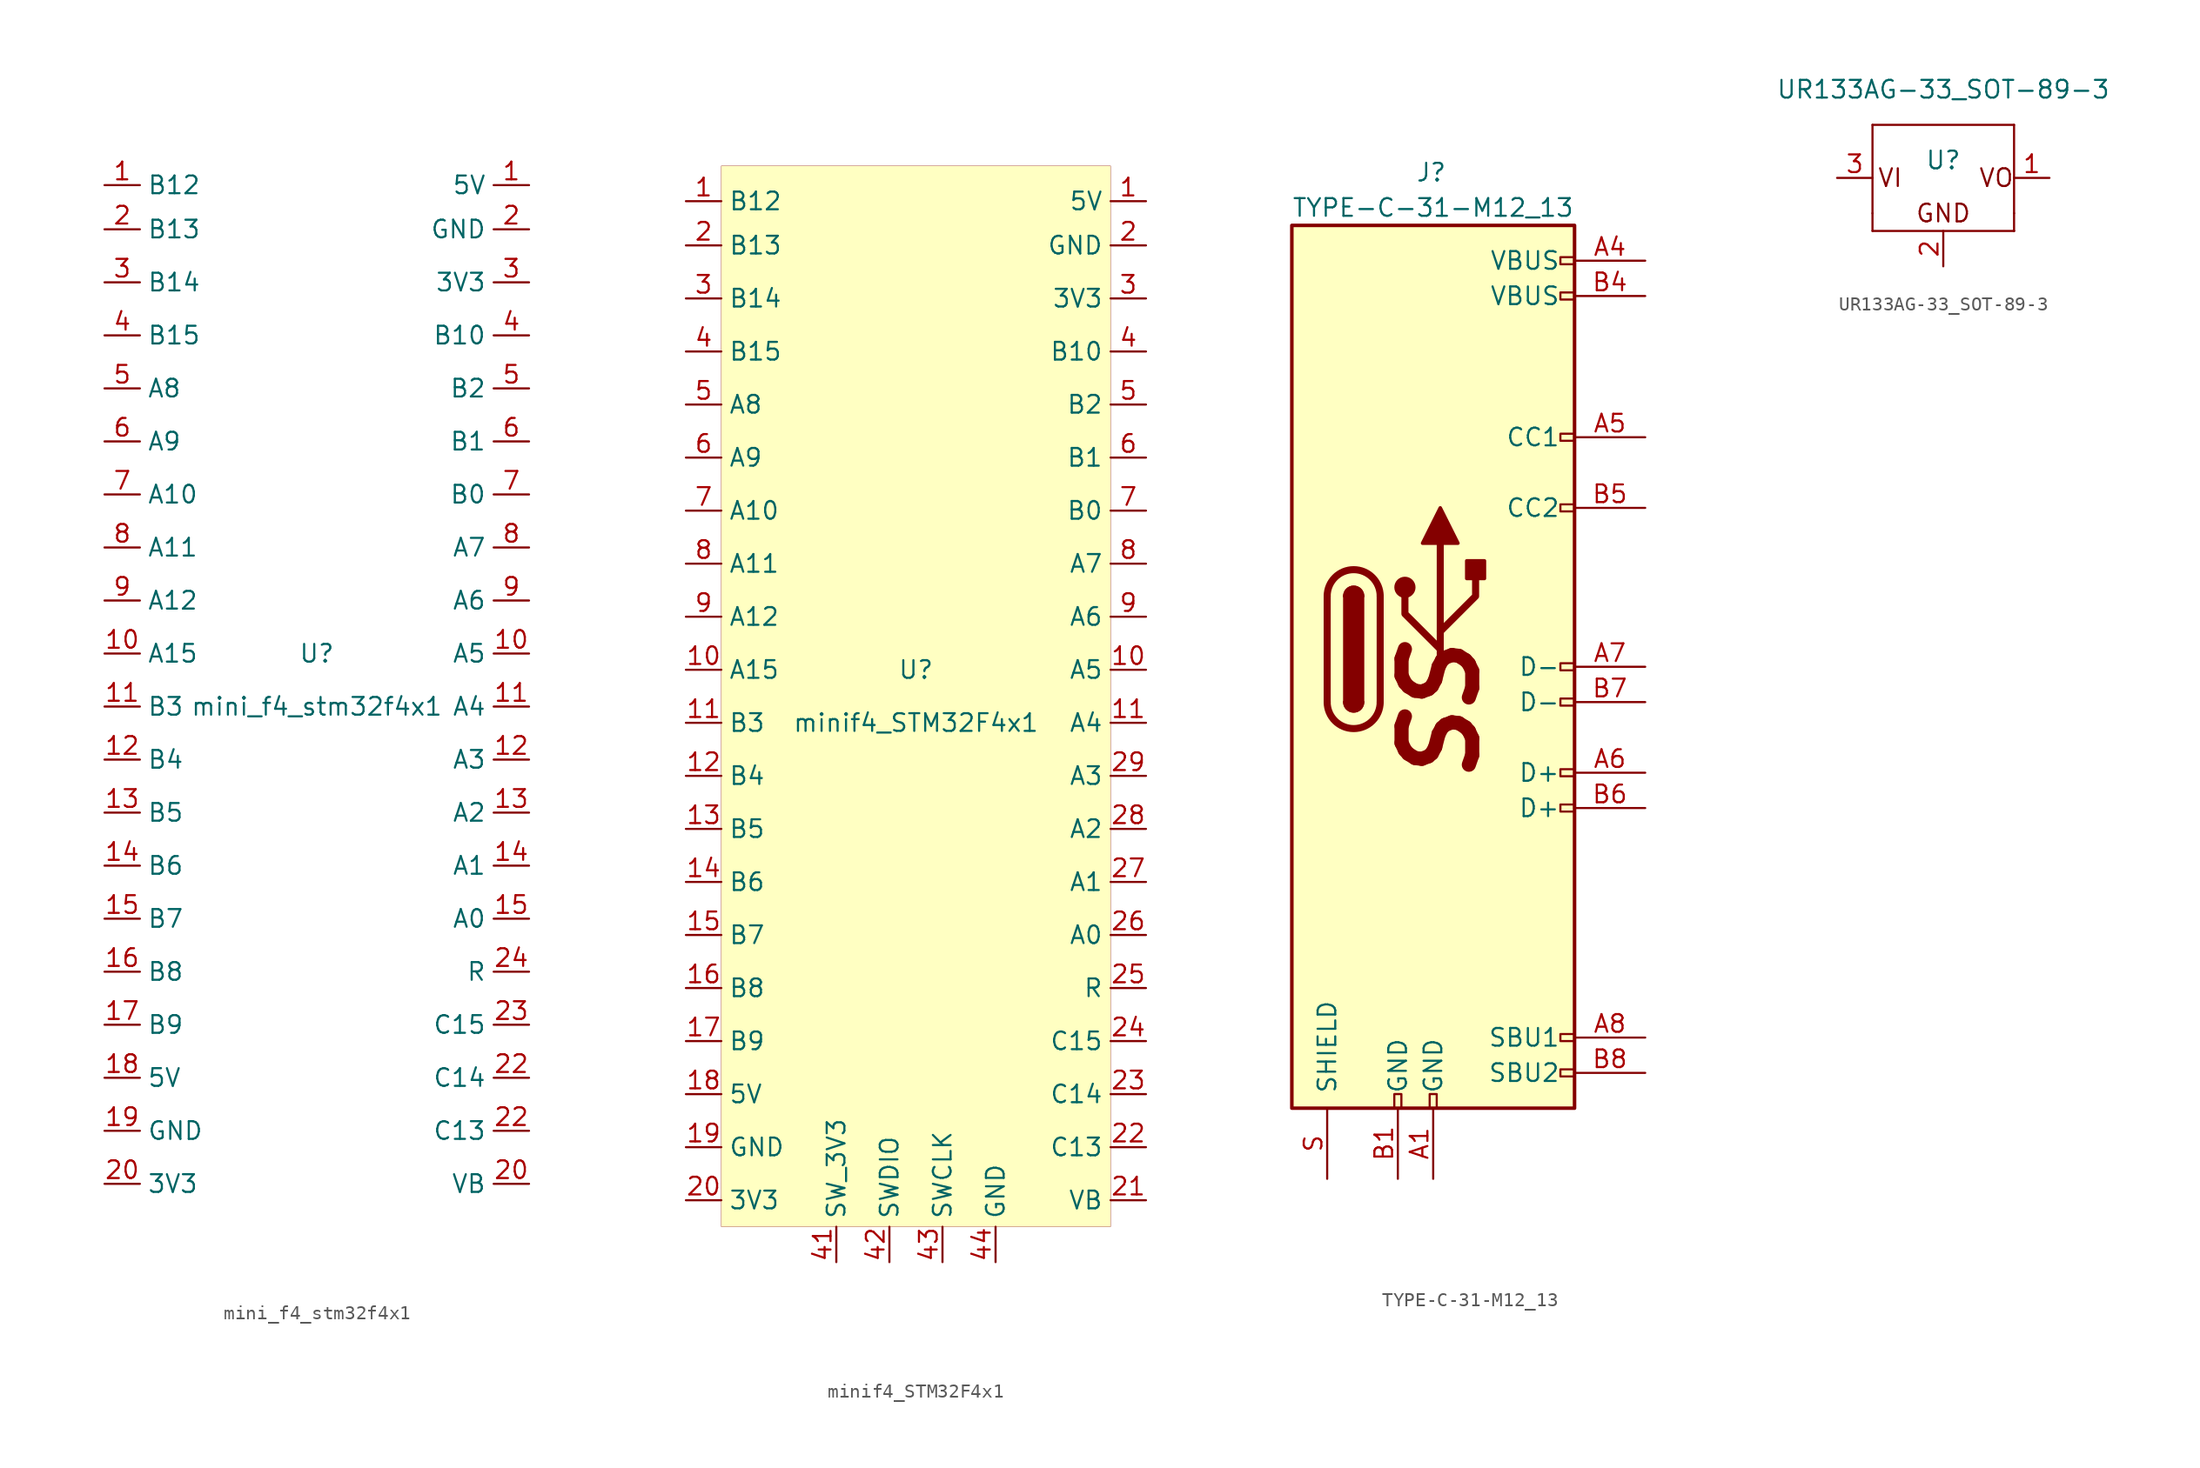
<source format=kicad_sym>
(kicad_symbol_lib
  (version 20201005)
  (generator kicad_symbol_editor)
  (symbol "acheronSymbols:mini_f4_stm32f4x1"
    (property "Reference" "U"
      (at 0 1.905 0)
      (effects (font (size 1.27 1.27))))
    (property "Value" "mini_f4_stm32f4x1"
      (at 0 -1.905 0)
      (effects (font (size 1.27 1.27))))
    (symbol "mini_f4_stm32f4x1_1_1"
      (pin power_out line (at 15.24 35.56 180) (length 2.54) (name "5V" (effects (font (size 1.27 1.27)))) (number "1" (effects (font (size 1.27 1.27)))))
      (pin unspecified line (at -15.24 35.56 0) (length 2.54) (name "B12" (effects (font (size 1.27 1.27)))) (number "1" (effects (font (size 1.27 1.27)))))
      (pin unspecified line (at -15.24 1.905 0) (length 2.54) (name "A15" (effects (font (size 1.27 1.27)))) (number "10" (effects (font (size 1.27 1.27)))))
      (pin unspecified line (at 15.24 1.905 180) (length 2.54) (name "A5" (effects (font (size 1.27 1.27)))) (number "10" (effects (font (size 1.27 1.27)))))
      (pin unspecified line (at 15.24 -1.905 180) (length 2.54) (name "A4" (effects (font (size 1.27 1.27)))) (number "11" (effects (font (size 1.27 1.27)))))
      (pin unspecified line (at -15.24 -1.905 0) (length 2.54) (name "B3" (effects (font (size 1.27 1.27)))) (number "11" (effects (font (size 1.27 1.27)))))
      (pin unspecified line (at 15.24 -5.715 180) (length 2.54) (name "A3" (effects (font (size 1.27 1.27)))) (number "12" (effects (font (size 1.27 1.27)))))
      (pin unspecified line (at -15.24 -5.715 0) (length 2.54) (name "B4" (effects (font (size 1.27 1.27)))) (number "12" (effects (font (size 1.27 1.27)))))
      (pin unspecified line (at 15.24 -9.525 180) (length 2.54) (name "A2" (effects (font (size 1.27 1.27)))) (number "13" (effects (font (size 1.27 1.27)))))
      (pin unspecified line (at -15.24 -9.525 0) (length 2.54) (name "B5" (effects (font (size 1.27 1.27)))) (number "13" (effects (font (size 1.27 1.27)))))
      (pin unspecified line (at 15.24 -13.335 180) (length 2.54) (name "A1" (effects (font (size 1.27 1.27)))) (number "14" (effects (font (size 1.27 1.27)))))
      (pin unspecified line (at -15.24 -13.335 0) (length 2.54) (name "B6" (effects (font (size 1.27 1.27)))) (number "14" (effects (font (size 1.27 1.27)))))
      (pin unspecified line (at 15.24 -17.145 180) (length 2.54) (name "A0" (effects (font (size 1.27 1.27)))) (number "15" (effects (font (size 1.27 1.27)))))
      (pin unspecified line (at -15.24 -17.145 0) (length 2.54) (name "B7" (effects (font (size 1.27 1.27)))) (number "15" (effects (font (size 1.27 1.27)))))
      (pin unspecified line (at -15.24 -20.955 0) (length 2.54) (name "B8" (effects (font (size 1.27 1.27)))) (number "16" (effects (font (size 1.27 1.27)))))
      (pin unspecified line (at -15.24 -24.765 0) (length 2.54) (name "B9" (effects (font (size 1.27 1.27)))) (number "17" (effects (font (size 1.27 1.27)))))
      (pin power_out line (at -15.24 -28.575 0) (length 2.54) (name "5V" (effects (font (size 1.27 1.27)))) (number "18" (effects (font (size 1.27 1.27)))))
      (pin power_in line (at -15.24 -32.385 0) (length 2.54) (name "GND" (effects (font (size 1.27 1.27)))) (number "19" (effects (font (size 1.27 1.27)))))
      (pin unspecified line (at -15.24 32.385 0) (length 2.54) (name "B13" (effects (font (size 1.27 1.27)))) (number "2" (effects (font (size 1.27 1.27)))))
      (pin power_in line (at 15.24 32.385 180) (length 2.54) (name "GND" (effects (font (size 1.27 1.27)))) (number "2" (effects (font (size 1.27 1.27)))))
      (pin power_out line (at -15.24 -36.195 0) (length 2.54) (name "3V3" (effects (font (size 1.27 1.27)))) (number "20" (effects (font (size 1.27 1.27)))))
      (pin power_out line (at 15.24 -36.195 180) (length 2.54) (name "VB" (effects (font (size 1.27 1.27)))) (number "20" (effects (font (size 1.27 1.27)))))
      (pin unspecified line (at 15.24 -32.385 180) (length 2.54) (name "C13" (effects (font (size 1.27 1.27)))) (number "22" (effects (font (size 1.27 1.27)))))
      (pin unspecified line (at 15.24 -28.575 180) (length 2.54) (name "C14" (effects (font (size 1.27 1.27)))) (number "22" (effects (font (size 1.27 1.27)))))
      (pin unspecified line (at 15.24 -24.765 180) (length 2.54) (name "C15" (effects (font (size 1.27 1.27)))) (number "23" (effects (font (size 1.27 1.27)))))
      (pin unspecified line (at 15.24 -20.955 180) (length 2.54) (name "R" (effects (font (size 1.27 1.27)))) (number "24" (effects (font (size 1.27 1.27)))))
      (pin power_out line (at 15.24 28.575 180) (length 2.54) (name "3V3" (effects (font (size 1.27 1.27)))) (number "3" (effects (font (size 1.27 1.27)))))
      (pin unspecified line (at -15.24 28.575 0) (length 2.54) (name "B14" (effects (font (size 1.27 1.27)))) (number "3" (effects (font (size 1.27 1.27)))))
      (pin unspecified line (at 15.24 24.765 180) (length 2.54) (name "B10" (effects (font (size 1.27 1.27)))) (number "4" (effects (font (size 1.27 1.27)))))
      (pin unspecified line (at -15.24 24.765 0) (length 2.54) (name "B15" (effects (font (size 1.27 1.27)))) (number "4" (effects (font (size 1.27 1.27)))))
      (pin unspecified line (at -15.24 20.955 0) (length 2.54) (name "A8" (effects (font (size 1.27 1.27)))) (number "5" (effects (font (size 1.27 1.27)))))
      (pin unspecified line (at 15.24 20.955 180) (length 2.54) (name "B2" (effects (font (size 1.27 1.27)))) (number "5" (effects (font (size 1.27 1.27)))))
      (pin unspecified line (at -15.24 17.145 0) (length 2.54) (name "A9" (effects (font (size 1.27 1.27)))) (number "6" (effects (font (size 1.27 1.27)))))
      (pin unspecified line (at 15.24 17.145 180) (length 2.54) (name "B1" (effects (font (size 1.27 1.27)))) (number "6" (effects (font (size 1.27 1.27)))))
      (pin unspecified line (at -15.24 13.335 0) (length 2.54) (name "A10" (effects (font (size 1.27 1.27)))) (number "7" (effects (font (size 1.27 1.27)))))
      (pin unspecified line (at 15.24 13.335 180) (length 2.54) (name "B0" (effects (font (size 1.27 1.27)))) (number "7" (effects (font (size 1.27 1.27)))))
      (pin unspecified line (at -15.24 9.525 0) (length 2.54) (name "A11" (effects (font (size 1.27 1.27)))) (number "8" (effects (font (size 1.27 1.27)))))
      (pin unspecified line (at 15.24 9.525 180) (length 2.54) (name "A7" (effects (font (size 1.27 1.27)))) (number "8" (effects (font (size 1.27 1.27)))))
      (pin unspecified line (at -15.24 5.715 0) (length 2.54) (name "A12" (effects (font (size 1.27 1.27)))) (number "9" (effects (font (size 1.27 1.27)))))
      (pin unspecified line (at 15.24 5.715 180) (length 2.54) (name "A6" (effects (font (size 1.27 1.27)))) (number "9" (effects (font (size 1.27 1.27)))))))
  (symbol "acheronSymbols:minif4_STM32F4x1"
    (property "Reference" "U"
      (at 0 1.905 0)
      (effects (font (size 1.27 1.27))))
    (property "Value" "minif4_STM32F4x1"
      (at 0 -1.905 0)
      (effects (font (size 1.27 1.27))))
    (symbol "minif4_STM32F4x1_0_1"
      (rectangle (start -13.97 38.1) (end 13.97 -38.1) (stroke (width 0.001)) (fill (type background))))
    (symbol "minif4_STM32F4x1_1_1"
      (pin power_out line (at 16.51 35.56 180) (length 2.54) (name "5V" (effects (font (size 1.27 1.27)))) (number "1" (effects (font (size 1.27 1.27)))))
      (pin unspecified line (at -16.51 35.56 0) (length 2.54) (name "B12" (effects (font (size 1.27 1.27)))) (number "1" (effects (font (size 1.27 1.27)))))
      (pin unspecified line (at -16.51 1.905 0) (length 2.54) (name "A15" (effects (font (size 1.27 1.27)))) (number "10" (effects (font (size 1.27 1.27)))))
      (pin unspecified line (at 16.51 1.905 180) (length 2.54) (name "A5" (effects (font (size 1.27 1.27)))) (number "10" (effects (font (size 1.27 1.27)))))
      (pin unspecified line (at 16.51 -1.905 180) (length 2.54) (name "A4" (effects (font (size 1.27 1.27)))) (number "11" (effects (font (size 1.27 1.27)))))
      (pin unspecified line (at -16.51 -1.905 0) (length 2.54) (name "B3" (effects (font (size 1.27 1.27)))) (number "11" (effects (font (size 1.27 1.27)))))
      (pin unspecified line (at -16.51 -5.715 0) (length 2.54) (name "B4" (effects (font (size 1.27 1.27)))) (number "12" (effects (font (size 1.27 1.27)))))
      (pin unspecified line (at -16.51 -9.525 0) (length 2.54) (name "B5" (effects (font (size 1.27 1.27)))) (number "13" (effects (font (size 1.27 1.27)))))
      (pin unspecified line (at -16.51 -13.335 0) (length 2.54) (name "B6" (effects (font (size 1.27 1.27)))) (number "14" (effects (font (size 1.27 1.27)))))
      (pin unspecified line (at -16.51 -17.145 0) (length 2.54) (name "B7" (effects (font (size 1.27 1.27)))) (number "15" (effects (font (size 1.27 1.27)))))
      (pin unspecified line (at -16.51 -20.955 0) (length 2.54) (name "B8" (effects (font (size 1.27 1.27)))) (number "16" (effects (font (size 1.27 1.27)))))
      (pin unspecified line (at -16.51 -24.765 0) (length 2.54) (name "B9" (effects (font (size 1.27 1.27)))) (number "17" (effects (font (size 1.27 1.27)))))
      (pin power_out line (at -16.51 -28.575 0) (length 2.54) (name "5V" (effects (font (size 1.27 1.27)))) (number "18" (effects (font (size 1.27 1.27)))))
      (pin power_in line (at -16.51 -32.385 0) (length 2.54) (name "GND" (effects (font (size 1.27 1.27)))) (number "19" (effects (font (size 1.27 1.27)))))
      (pin unspecified line (at -16.51 32.385 0) (length 2.54) (name "B13" (effects (font (size 1.27 1.27)))) (number "2" (effects (font (size 1.27 1.27)))))
      (pin power_in line (at 16.51 32.385 180) (length 2.54) (name "GND" (effects (font (size 1.27 1.27)))) (number "2" (effects (font (size 1.27 1.27)))))
      (pin power_out line (at -16.51 -36.195 0) (length 2.54) (name "3V3" (effects (font (size 1.27 1.27)))) (number "20" (effects (font (size 1.27 1.27)))))
      (pin unspecified line (at 16.51 -36.195 180) (length 2.54) (name "VB" (effects (font (size 1.27 1.27)))) (number "21" (effects (font (size 1.27 1.27)))))
      (pin unspecified line (at 16.51 -32.385 180) (length 2.54) (name "C13" (effects (font (size 1.27 1.27)))) (number "22" (effects (font (size 1.27 1.27)))))
      (pin unspecified line (at 16.51 -28.575 180) (length 2.54) (name "C14" (effects (font (size 1.27 1.27)))) (number "23" (effects (font (size 1.27 1.27)))))
      (pin unspecified line (at 16.51 -24.765 180) (length 2.54) (name "C15" (effects (font (size 1.27 1.27)))) (number "24" (effects (font (size 1.27 1.27)))))
      (pin unspecified line (at 16.51 -20.955 180) (length 2.54) (name "R" (effects (font (size 1.27 1.27)))) (number "25" (effects (font (size 1.27 1.27)))))
      (pin unspecified line (at 16.51 -17.145 180) (length 2.54) (name "A0" (effects (font (size 1.27 1.27)))) (number "26" (effects (font (size 1.27 1.27)))))
      (pin unspecified line (at 16.51 -13.335 180) (length 2.54) (name "A1" (effects (font (size 1.27 1.27)))) (number "27" (effects (font (size 1.27 1.27)))))
      (pin unspecified line (at 16.51 -9.525 180) (length 2.54) (name "A2" (effects (font (size 1.27 1.27)))) (number "28" (effects (font (size 1.27 1.27)))))
      (pin unspecified line (at 16.51 -5.715 180) (length 2.54) (name "A3" (effects (font (size 1.27 1.27)))) (number "29" (effects (font (size 1.27 1.27)))))
      (pin power_out line (at 16.51 28.575 180) (length 2.54) (name "3V3" (effects (font (size 1.27 1.27)))) (number "3" (effects (font (size 1.27 1.27)))))
      (pin unspecified line (at -16.51 28.575 0) (length 2.54) (name "B14" (effects (font (size 1.27 1.27)))) (number "3" (effects (font (size 1.27 1.27)))))
      (pin unspecified line (at 16.51 24.765 180) (length 2.54) (name "B10" (effects (font (size 1.27 1.27)))) (number "4" (effects (font (size 1.27 1.27)))))
      (pin unspecified line (at -16.51 24.765 0) (length 2.54) (name "B15" (effects (font (size 1.27 1.27)))) (number "4" (effects (font (size 1.27 1.27)))))
      (pin power_in line (at -5.715 -40.64 90) (length 2.54) (name "SW_3V3" (effects (font (size 1.27 1.27)))) (number "41" (effects (font (size 1.27 1.27)))))
      (pin bidirectional line (at -1.905 -40.64 90) (length 2.54) (name "SWDIO" (effects (font (size 1.27 1.27)))) (number "42" (effects (font (size 1.27 1.27)))))
      (pin input line (at 1.905 -40.64 90) (length 2.54) (name "SWCLK" (effects (font (size 1.27 1.27)))) (number "43" (effects (font (size 1.27 1.27)))))
      (pin power_out line (at 5.715 -40.64 90) (length 2.54) (name "GND" (effects (font (size 1.27 1.27)))) (number "44" (effects (font (size 1.27 1.27)))))
      (pin unspecified line (at -16.51 20.955 0) (length 2.54) (name "A8" (effects (font (size 1.27 1.27)))) (number "5" (effects (font (size 1.27 1.27)))))
      (pin unspecified line (at 16.51 20.955 180) (length 2.54) (name "B2" (effects (font (size 1.27 1.27)))) (number "5" (effects (font (size 1.27 1.27)))))
      (pin unspecified line (at -16.51 17.145 0) (length 2.54) (name "A9" (effects (font (size 1.27 1.27)))) (number "6" (effects (font (size 1.27 1.27)))))
      (pin unspecified line (at 16.51 17.145 180) (length 2.54) (name "B1" (effects (font (size 1.27 1.27)))) (number "6" (effects (font (size 1.27 1.27)))))
      (pin unspecified line (at -16.51 13.335 0) (length 2.54) (name "A10" (effects (font (size 1.27 1.27)))) (number "7" (effects (font (size 1.27 1.27)))))
      (pin unspecified line (at 16.51 13.335 180) (length 2.54) (name "B0" (effects (font (size 1.27 1.27)))) (number "7" (effects (font (size 1.27 1.27)))))
      (pin unspecified line (at -16.51 9.525 0) (length 2.54) (name "A11" (effects (font (size 1.27 1.27)))) (number "8" (effects (font (size 1.27 1.27)))))
      (pin unspecified line (at 16.51 9.525 180) (length 2.54) (name "A7" (effects (font (size 1.27 1.27)))) (number "8" (effects (font (size 1.27 1.27)))))
      (pin unspecified line (at -16.51 5.715 0) (length 2.54) (name "A12" (effects (font (size 1.27 1.27)))) (number "9" (effects (font (size 1.27 1.27)))))
      (pin unspecified line (at 16.51 5.715 180) (length 2.54) (name "A6" (effects (font (size 1.27 1.27)))) (number "9" (effects (font (size 1.27 1.27)))))))
  (symbol "acheronSymbols:TYPE-C-31-M12_13"
    (pin_names
      (offset 1.016))
    (property "Reference" "J"
      (at -1.27 35.56 0)
      (effects (font (size 1.27 1.27)) (justify left)))
    (property "Value" "TYPE-C-31-M12_13"
      (at 10.16 33.02 0)
      (effects (font (size 1.27 1.27)) (justify right)))
    (symbol "TYPE-C-31-M12_13_0_0"
      (text "SS" (at 0.508 -3.175 900) (effects (font (size 5.08 5.08) bold italic)))
      (rectangle (start -0.254 -31.75) (end 0.254 -30.734) (stroke (width 0)) (fill (type none)))
      (rectangle (start 10.16 -28.956) (end 9.144 -29.464) (stroke (width 0)) (fill (type none)))
      (rectangle (start 10.16 -26.416) (end 9.144 -26.924) (stroke (width 0)) (fill (type none)))
      (rectangle (start 10.16 -9.906) (end 9.144 -10.414) (stroke (width 0)) (fill (type none)))
      (rectangle (start 10.16 -7.366) (end 9.144 -7.874) (stroke (width 0)) (fill (type none)))
      (rectangle (start 10.16 -2.286) (end 9.144 -2.794) (stroke (width 0)) (fill (type none)))
      (rectangle (start 10.16 0.254) (end 9.144 -0.254) (stroke (width 0)) (fill (type none)))
      (rectangle (start 10.16 11.684) (end 9.144 11.176) (stroke (width 0)) (fill (type none)))
      (rectangle (start 10.16 16.764) (end 9.144 16.256) (stroke (width 0)) (fill (type none)))
      (rectangle (start 10.16 29.464) (end 9.144 28.956) (stroke (width 0)) (fill (type none))))
    (symbol "TYPE-C-31-M12_13_0_1"
      (arc (start -7.62 -2.54) (end -3.81 -2.54) (radius (at -5.715 -2.54) (length 1.905) (angles -179.9 -0.1)) (stroke (width 0.508)) (fill (type none)))
      (arc (start -6.35 -2.54) (end -5.08 -2.54) (radius (at -5.715 -2.54) (length 0.635) (angles -179.9 -0.1)) (stroke (width 0.254)) (fill (type none)))
      (arc (start -5.08 5.08) (end -6.35 5.08) (radius (at -5.715 5.08) (length 0.635) (angles 0.1 179.9)) (stroke (width 0.254)) (fill (type none)))
      (arc (start -3.81 5.08) (end -7.62 5.08) (radius (at -5.715 5.08) (length 1.905) (angles 0.1 179.9)) (stroke (width 0.508)) (fill (type none)))
      (arc (start -6.35 -2.54) (end -5.08 -2.54) (radius (at -5.715 -2.54) (length 0.635) (angles -179.9 -0.1)) (stroke (width 0.254)) (fill (type outline)))
      (arc (start -5.08 5.08) (end -6.35 5.08) (radius (at -5.715 5.08) (length 0.635) (angles 0.1 179.9)) (stroke (width 0.254)) (fill (type outline)))
      (circle (center -2.032 5.715) (radius 0.635) (stroke (width 0.254)) (fill (type outline)))
      (rectangle (start -6.35 -2.54) (end -5.08 5.08) (stroke (width 0.254)) (fill (type outline)))
      (rectangle (start 2.413 6.35) (end 3.683 7.62) (stroke (width 0.254)) (fill (type outline)))
      (rectangle (start -10.16 31.75) (end 10.16 -31.75) (stroke (width 0.254)) (fill (type background)))
      (polyline (pts (xy -7.62 -2.54) (xy -7.62 5.08)) (stroke (width 0.508)) (fill (type none)))
      (polyline (pts (xy -3.81 5.08) (xy -3.81 -2.54)) (stroke (width 0.508)) (fill (type none)))
      (polyline (pts (xy 0.508 0) (xy 0.508 8.89)) (stroke (width 0.508)) (fill (type none)))
      (polyline (pts (xy 0.508 1.27) (xy -2.032 3.81) (xy -2.032 5.08)) (stroke (width 0.508)) (fill (type none)))
      (polyline (pts (xy 0.508 2.54) (xy 3.048 5.08) (xy 3.048 6.35)) (stroke (width 0.508)) (fill (type none)))
      (polyline (pts (xy -0.762 8.89) (xy 0.508 11.43) (xy 1.778 8.89) (xy -0.762 8.89)) (stroke (width 0.254)) (fill (type outline))))
    (symbol "TYPE-C-31-M12_13_1_1"
      (rectangle (start -2.794 -31.75) (end -2.286 -30.734) (stroke (width 0)) (fill (type none)))
      (rectangle (start 10.16 26.924) (end 9.144 26.416) (stroke (width 0)) (fill (type none)))
      (pin power_out line (at 0 -36.83 90) (length 5.08) (name "GND" (effects (font (size 1.27 1.27)))) (number "A1" (effects (font (size 1.27 1.27)))))
      (pin power_out line (at 15.24 29.21 180) (length 5.08) (name "VBUS" (effects (font (size 1.27 1.27)))) (number "A4" (effects (font (size 1.27 1.27)))))
      (pin bidirectional line (at 15.24 16.51 180) (length 5.08) (name "CC1" (effects (font (size 1.27 1.27)))) (number "A5" (effects (font (size 1.27 1.27)))))
      (pin bidirectional line (at 15.24 -7.62 180) (length 5.08) (name "D+" (effects (font (size 1.27 1.27)))) (number "A6" (effects (font (size 1.27 1.27)))))
      (pin bidirectional line (at 15.24 0 180) (length 5.08) (name "D-" (effects (font (size 1.27 1.27)))) (number "A7" (effects (font (size 1.27 1.27)))))
      (pin bidirectional line (at 15.24 -26.67 180) (length 5.08) (name "SBU1" (effects (font (size 1.27 1.27)))) (number "A8" (effects (font (size 1.27 1.27)))))
      (pin power_out line (at -2.54 -36.83 90) (length 5.08) (name "GND" (effects (font (size 1.27 1.27)))) (number "B1" (effects (font (size 1.27 1.27)))))
      (pin power_out line (at 15.24 26.67 180) (length 5.08) (name "VBUS" (effects (font (size 1.27 1.27)))) (number "B4" (effects (font (size 1.27 1.27)))))
      (pin bidirectional line (at 15.24 11.43 180) (length 5.08) (name "CC2" (effects (font (size 1.27 1.27)))) (number "B5" (effects (font (size 1.27 1.27)))))
      (pin bidirectional line (at 15.24 -10.16 180) (length 5.08) (name "D+" (effects (font (size 1.27 1.27)))) (number "B6" (effects (font (size 1.27 1.27)))))
      (pin bidirectional line (at 15.24 -2.54 180) (length 5.08) (name "D-" (effects (font (size 1.27 1.27)))) (number "B7" (effects (font (size 1.27 1.27)))))
      (pin bidirectional line (at 15.24 -29.21 180) (length 5.08) (name "SBU2" (effects (font (size 1.27 1.27)))) (number "B8" (effects (font (size 1.27 1.27)))))
      (pin passive line (at -7.62 -36.83 90) (length 5.08) (name "SHIELD" (effects (font (size 1.27 1.27)))) (number "S" (effects (font (size 1.27 1.27)))))))
  (symbol "acheronSymbols:UR133AG-33_SOT-89-3"
    (pin_names
      (offset 1.016))
    (property "Reference" "U"
      (at 0 1.27 0)
      (effects (font (size 1.27 1.27))))
    (property "Value" "UR133AG-33_SOT-89-3"
      (at 0 6.35 0)
      (effects (font (size 1.27 1.27))))
    (symbol "UR133AG-33_SOT-89-3_0_0"
      (text "GND" (at 0 -2.54 0) (effects (font (size 1.27 1.27))))
      (text "VI" (at -3.81 0 0) (effects (font (size 1.27 1.27))))
      (text "VO" (at 3.81 0 0) (effects (font (size 1.27 1.27)))))
    (symbol "UR133AG-33_SOT-89-3_0_1"
      (rectangle (start -5.08 -3.81) (end 5.08 -3.81) (stroke (width 0)) (fill (type none)))
      (rectangle (start -5.08 -2.54) (end -5.08 -3.81) (stroke (width 0)) (fill (type none)))
      (rectangle (start -5.08 3.81) (end -5.08 -2.54) (stroke (width 0)) (fill (type none)))
      (rectangle (start -5.08 3.81) (end 5.08 3.81) (stroke (width 0)) (fill (type none)))
      (rectangle (start 5.08 -3.81) (end 5.08 -3.81) (stroke (width 0)) (fill (type none)))
      (rectangle (start 5.08 -2.54) (end 5.08 -3.81) (stroke (width 0)) (fill (type none)))
      (rectangle (start 5.08 3.81) (end 5.08 -2.54) (stroke (width 0)) (fill (type none))))
    (symbol "UR133AG-33_SOT-89-3_1_1"
      (pin output line (at 7.62 0 180) (length 2.54) (name "~" (effects (font (size 1.27 1.27)))) (number "1" (effects (font (size 1.27 1.27)))))
      (pin bidirectional line (at 0 -6.35 90) (length 2.54) (name "~" (effects (font (size 1.27 1.27)))) (number "2" (effects (font (size 1.27 1.27)))))
      (pin input line (at -7.62 0 0) (length 2.54) (name "~" (effects (font (size 1.27 1.27)))) (number "3" (effects (font (size 1.27 1.27))))))))
</source>
